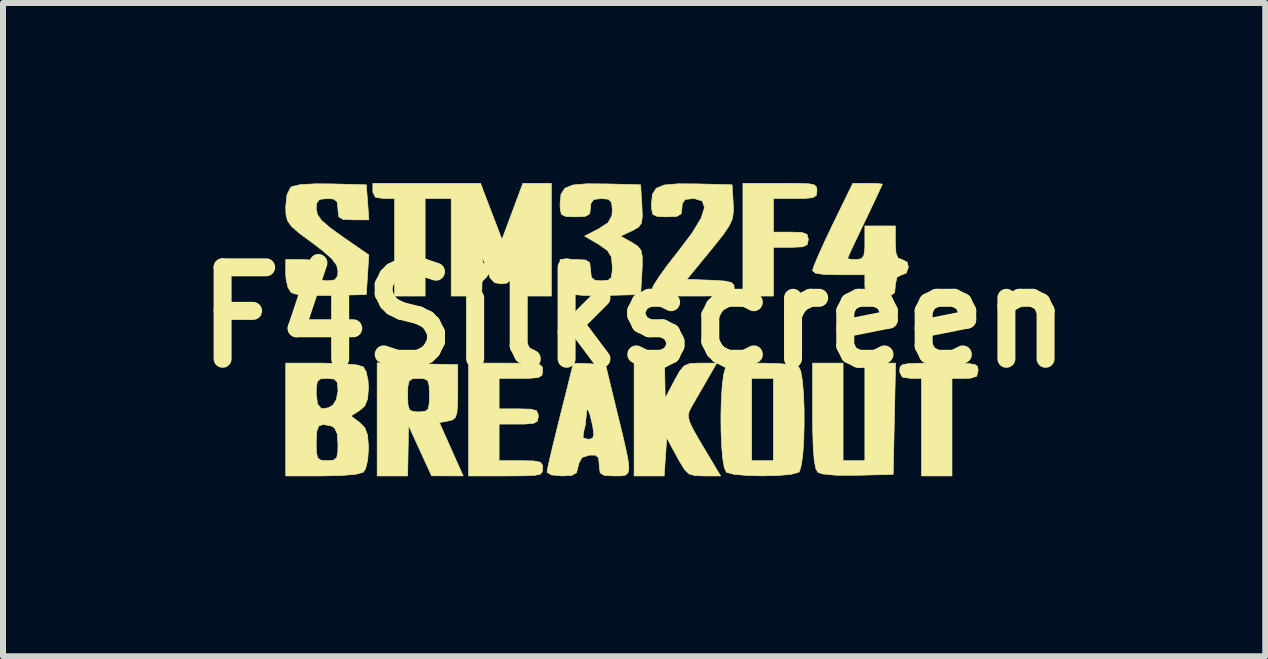
<source format=kicad_pcb>
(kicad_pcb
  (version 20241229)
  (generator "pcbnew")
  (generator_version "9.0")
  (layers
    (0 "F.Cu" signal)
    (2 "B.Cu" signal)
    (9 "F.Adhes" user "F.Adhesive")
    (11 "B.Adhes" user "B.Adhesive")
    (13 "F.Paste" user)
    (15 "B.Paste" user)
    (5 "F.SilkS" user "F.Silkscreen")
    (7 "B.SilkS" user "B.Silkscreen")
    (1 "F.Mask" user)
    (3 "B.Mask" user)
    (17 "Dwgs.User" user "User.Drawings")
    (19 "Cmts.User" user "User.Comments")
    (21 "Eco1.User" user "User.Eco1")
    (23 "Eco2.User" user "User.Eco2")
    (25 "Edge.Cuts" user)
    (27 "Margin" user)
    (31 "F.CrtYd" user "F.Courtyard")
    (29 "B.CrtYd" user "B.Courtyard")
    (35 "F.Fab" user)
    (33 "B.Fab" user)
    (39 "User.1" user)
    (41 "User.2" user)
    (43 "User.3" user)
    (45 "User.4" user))
  (footprint "F4Silkscreen"
    (layer "F.Cu")
    (at 7.518 2.24)
    (property "Reference" "F4Silkscreen" (at 0 0 0) (layer "F.SilkS") (effects (font (size 1.524 1.524) (thickness 0.3))))
    (attr through_hole)
    (fp_poly (pts (xy 3.483 2.388) (xy 3.846 2.388) (xy 3.846 0.762) (xy 4.358 0.762) (xy 4.318 2.616) (xy 3.736 2.631) (xy 3.369 2.631) (xy 3.142 2.609) (xy 3.065 2.583) (xy 3.029 2.521) (xy 3.003 2.389) (xy 2.986 2.179) (xy 2.977 1.881) (xy 2.975 1.641) (xy 2.975 0.762) (xy 3.483 0.762) (xy 3.483 2.388)) (stroke (width 0.01) (type solid)) (fill yes) (layer "F.SilkS"))
    (fp_poly (pts (xy 5.389 0.763) (xy 5.581 0.77) (xy 5.684 0.787) (xy 5.725 0.822) (xy 5.733 0.878) (xy 5.733 0.889) (xy 5.71 0.98) (xy 5.61 1.013) (xy 5.515 1.016) (xy 5.298 1.016) (xy 5.298 2.642) (xy 4.79 2.642) (xy 4.79 1.016) (xy 4.608 1.016) (xy 4.47 0.995) (xy 4.428 0.912) (xy 4.427 0.889) (xy 4.432 0.829) (xy 4.466 0.792) (xy 4.557 0.772) (xy 4.734 0.764) (xy 5.022 0.762) (xy 5.08 0.762) (xy 5.389 0.763)) (stroke (width 0.01) (type solid)) (fill yes) (layer "F.SilkS"))
    (fp_poly (pts (xy 2.73 -2.234) (xy 2.912 -2.227) (xy 3.007 -2.207) (xy 3.042 -2.169) (xy 3.048 -2.108) (xy 3.036 -2.033) (xy 2.976 -1.995) (xy 2.831 -1.982) (xy 2.685 -1.981) (xy 2.322 -1.981) (xy 2.322 -1.422) (xy 2.613 -1.422) (xy 2.8 -1.415) (xy 2.883 -1.383) (xy 2.903 -1.306) (xy 2.903 -1.295) (xy 2.887 -1.214) (xy 2.812 -1.177) (xy 2.638 -1.168) (xy 2.613 -1.168) (xy 2.322 -1.168) (xy 2.322 -0.356) (xy 1.814 -0.356) (xy 1.814 -2.235) (xy 2.431 -2.235) (xy 2.73 -2.234)) (stroke (width 0.01) (type solid)) (fill yes) (layer "F.SilkS"))
    (fp_poly (pts (xy -2.381 -1.767) (xy -2.202 -1.299) (xy -1.854 -2.235) (xy -1.379 -2.235) (xy -1.379 -0.356) (xy -1.887 -0.356) (xy -1.896 -0.673) (xy -1.904 -0.991) (xy -1.978 -0.775) (xy -2.042 -0.634) (xy -2.122 -0.571) (xy -2.213 -0.559) (xy -2.325 -0.579) (xy -2.399 -0.657) (xy -2.448 -0.775) (xy -2.523 -0.991) (xy -2.54 -0.356) (xy -3.048 -0.356) (xy -3.048 -1.981) (xy -3.483 -1.981) (xy -3.483 -0.356) (xy -3.991 -0.356) (xy -3.991 -1.981) (xy -4.173 -1.981) (xy -4.311 -2.002) (xy -4.354 -2.085) (xy -4.354 -2.108) (xy -4.354 -2.235) (xy -3.457 -2.235) (xy -2.56 -2.235) (xy -2.381 -1.767)) (stroke (width 0.01) (type solid)) (fill yes) (layer "F.SilkS"))
    (fp_poly (pts (xy 0.513 1.054) (xy 0.518 1.346) (xy 0.672 1.054) (xy 0.762 0.893) (xy 0.836 0.806) (xy 0.927 0.77) (xy 1.069 0.762) (xy 1.102 0.762) (xy 1.377 0.762) (xy 1.223 1.029) (xy 1.114 1.218) (xy 1.008 1.402) (xy 0.963 1.479) (xy 0.918 1.565) (xy 0.903 1.643) (xy 0.922 1.736) (xy 0.984 1.867) (xy 1.094 2.059) (xy 1.149 2.152) (xy 1.442 2.642) (xy 1.165 2.642) (xy 1.016 2.637) (xy 0.918 2.61) (xy 0.843 2.539) (xy 0.759 2.403) (xy 0.716 2.324) (xy 0.544 2.007) (xy 0.501 2.642) (xy 0 2.642) (xy 0 0.762) (xy 0.508 0.762) (xy 0.513 1.054)) (stroke (width 0.01) (type solid)) (fill yes) (layer "F.SilkS"))
    (fp_poly (pts (xy -1.842 0.763) (xy -1.66 0.771) (xy -1.565 0.79) (xy -1.53 0.828) (xy -1.524 0.889) (xy -1.536 0.964) (xy -1.596 1.002) (xy -1.741 1.015) (xy -1.887 1.016) (xy -2.25 1.016) (xy -2.25 1.524) (xy -1.923 1.524) (xy -1.722 1.529) (xy -1.626 1.555) (xy -1.598 1.617) (xy -1.597 1.651) (xy -1.61 1.729) (xy -1.677 1.766) (xy -1.835 1.778) (xy -1.923 1.778) (xy -2.25 1.778) (xy -2.25 2.388) (xy -1.887 2.388) (xy -1.672 2.392) (xy -1.564 2.413) (xy -1.527 2.464) (xy -1.524 2.515) (xy -1.53 2.576) (xy -1.566 2.614) (xy -1.661 2.633) (xy -1.845 2.64) (xy -2.141 2.642) (xy -2.758 2.642) (xy -2.758 0.762) (xy -2.141 0.762) (xy -1.842 0.763)) (stroke (width 0.01) (type solid)) (fill yes) (layer "F.SilkS"))
    (fp_poly (pts (xy -3.61 0.773) (xy -2.939 0.787) (xy -2.939 1.242) (xy -2.942 1.46) (xy -2.954 1.597) (xy -2.983 1.673) (xy -3.034 1.71) (xy -3.092 1.725) (xy -3.245 1.753) (xy -2.848 2.642) (xy -3.111 2.641) (xy -3.375 2.64) (xy -3.567 2.222) (xy -3.759 1.803) (xy -3.774 2.642) (xy -4.282 2.642) (xy -4.282 1.295) (xy -3.774 1.295) (xy -3.769 1.455) (xy -3.744 1.539) (xy -3.683 1.57) (xy -3.592 1.575) (xy -3.488 1.568) (xy -3.434 1.529) (xy -3.414 1.435) (xy -3.411 1.295) (xy -3.416 1.135) (xy -3.44 1.052) (xy -3.502 1.021) (xy -3.592 1.016) (xy -3.696 1.023) (xy -3.75 1.062) (xy -3.771 1.156) (xy -3.774 1.295) (xy -4.282 1.295) (xy -4.282 0.758) (xy -3.61 0.773)) (stroke (width 0.01) (type solid)) (fill yes) (layer "F.SilkS"))
    (fp_poly (pts (xy 2.434 0.771) (xy 2.649 0.794) (xy 2.743 0.823) (xy 2.778 0.897) (xy 2.804 1.052) (xy 2.823 1.264) (xy 2.833 1.514) (xy 2.834 1.778) (xy 2.828 2.037) (xy 2.813 2.268) (xy 2.79 2.449) (xy 2.759 2.56) (xy 2.743 2.581) (xy 2.621 2.614) (xy 2.404 2.635) (xy 2.138 2.641) (xy 1.874 2.634) (xy 1.657 2.614) (xy 1.539 2.581) (xy 1.504 2.506) (xy 1.477 2.352) (xy 1.459 2.139) (xy 1.449 1.89) (xy 1.447 1.625) (xy 1.454 1.367) (xy 1.469 1.136) (xy 1.484 1.016) (xy 1.959 1.016) (xy 1.959 2.388) (xy 2.322 2.388) (xy 2.322 1.016) (xy 1.959 1.016) (xy 1.484 1.016) (xy 1.492 0.954) (xy 1.523 0.843) (xy 1.539 0.823) (xy 1.659 0.79) (xy 1.888 0.768) (xy 2.141 0.762) (xy 2.434 0.771)) (stroke (width 0.01) (type solid)) (fill yes) (layer "F.SilkS"))
    (fp_poly (pts (xy 1.064 -2.225) (xy 1.633 -2.21) (xy 1.652 -1.905) (xy 1.656 -1.764) (xy 1.639 -1.648) (xy 1.588 -1.532) (xy 1.492 -1.389) (xy 1.337 -1.193) (xy 1.276 -1.118) (xy 0.88 -0.635) (xy 1.275 -0.62) (xy 1.502 -0.607) (xy 1.62 -0.583) (xy 1.664 -0.536) (xy 1.669 -0.48) (xy 1.664 -0.422) (xy 1.63 -0.386) (xy 1.541 -0.366) (xy 1.369 -0.358) (xy 1.086 -0.356) (xy 0.98 -0.356) (xy 0.659 -0.357) (xy 0.456 -0.365) (xy 0.345 -0.382) (xy 0.299 -0.413) (xy 0.29 -0.453) (xy 0.325 -0.534) (xy 0.419 -0.681) (xy 0.558 -0.874) (xy 0.726 -1.088) (xy 0.969 -1.409) (xy 1.118 -1.657) (xy 1.174 -1.832) (xy 1.136 -1.94) (xy 1.005 -1.981) (xy 0.98 -1.981) (xy 0.85 -1.965) (xy 0.803 -1.895) (xy 0.798 -1.829) (xy 0.784 -1.726) (xy 0.712 -1.684) (xy 0.544 -1.676) (xy 0.387 -1.682) (xy 0.313 -1.716) (xy 0.292 -1.807) (xy 0.29 -1.899) (xy 0.306 -2.053) (xy 0.369 -2.152) (xy 0.503 -2.207) (xy 0.734 -2.227) (xy 1.064 -2.225)) (stroke (width 0.01) (type solid)) (fill yes) (layer "F.SilkS"))
    (fp_poly (pts (xy 4.056 -2.231) (xy 4.135 -2.222) (xy 4.137 -2.22) (xy 4.115 -2.169) (xy 4.055 -2.041) (xy 3.967 -1.853) (xy 3.859 -1.626) (xy 3.846 -1.6) (xy 3.736 -1.37) (xy 3.645 -1.178) (xy 3.583 -1.042) (xy 3.556 -0.981) (xy 3.556 -0.98) (xy 3.617 -0.968) (xy 3.701 -0.965) (xy 3.785 -0.977) (xy 3.829 -1.03) (xy 3.845 -1.147) (xy 3.846 -1.245) (xy 3.846 -1.524) (xy 4.354 -1.524) (xy 4.354 -1.245) (xy 4.364 -1.076) (xy 4.398 -0.989) (xy 4.463 -0.965) (xy 4.551 -0.921) (xy 4.572 -0.838) (xy 4.534 -0.736) (xy 4.463 -0.711) (xy 4.383 -0.673) (xy 4.354 -0.55) (xy 4.354 -0.533) (xy 4.343 -0.414) (xy 4.28 -0.365) (xy 4.12 -0.356) (xy 4.1 -0.356) (xy 3.93 -0.363) (xy 3.86 -0.408) (xy 3.846 -0.52) (xy 3.846 -0.533) (xy 3.846 -0.711) (xy 3.411 -0.711) (xy 3.156 -0.717) (xy 3.02 -0.739) (xy 2.976 -0.78) (xy 2.975 -0.786) (xy 2.998 -0.859) (xy 3.06 -1.008) (xy 3.152 -1.214) (xy 3.267 -1.458) (xy 3.31 -1.548) (xy 3.645 -2.235) (xy 3.891 -2.235) (xy 4.056 -2.231)) (stroke (width 0.01) (type solid)) (fill yes) (layer "F.SilkS"))
    (fp_poly (pts (xy -5.032 -2.225) (xy -4.463 -2.21) (xy -4.441 -1.918) (xy -4.42 -1.626) (xy -4.677 -1.626) (xy -4.849 -1.633) (xy -4.92 -1.676) (xy -4.935 -1.785) (xy -4.935 -1.803) (xy -4.948 -1.924) (xy -5.009 -1.973) (xy -5.116 -1.981) (xy -5.242 -1.967) (xy -5.291 -1.903) (xy -5.298 -1.815) (xy -5.278 -1.715) (xy -5.207 -1.615) (xy -5.063 -1.491) (xy -4.86 -1.345) (xy -4.421 -1.041) (xy -4.442 -0.711) (xy -4.463 -0.381) (xy -5.045 -0.366) (xy -5.412 -0.366) (xy -5.64 -0.388) (xy -5.716 -0.415) (xy -5.769 -0.5) (xy -5.801 -0.645) (xy -5.806 -0.721) (xy -5.806 -0.965) (xy -5.552 -0.965) (xy -5.381 -0.957) (xy -5.312 -0.913) (xy -5.298 -0.801) (xy -5.298 -0.787) (xy -5.284 -0.667) (xy -5.223 -0.618) (xy -5.116 -0.61) (xy -4.989 -0.625) (xy -4.941 -0.691) (xy -4.935 -0.77) (xy -4.958 -0.871) (xy -5.039 -0.98) (xy -5.197 -1.118) (xy -5.37 -1.249) (xy -5.581 -1.405) (xy -5.709 -1.517) (xy -5.776 -1.611) (xy -5.802 -1.714) (xy -5.806 -1.844) (xy -5.785 -2.043) (xy -5.726 -2.163) (xy -5.704 -2.18) (xy -5.567 -2.212) (xy -5.308 -2.227) (xy -5.032 -2.225)) (stroke (width 0.01) (type solid)) (fill yes) (layer "F.SilkS"))
    (fp_poly (pts (xy -0.794 0.769) (xy -0.746 0.772) (xy -0.476 0.787) (xy -0.279 1.6) (xy -0.194 1.948) (xy -0.134 2.209) (xy -0.098 2.394) (xy -0.087 2.517) (xy -0.102 2.591) (xy -0.143 2.628) (xy -0.211 2.641) (xy -0.306 2.642) (xy -0.327 2.642) (xy -0.496 2.634) (xy -0.566 2.591) (xy -0.581 2.481) (xy -0.581 2.46) (xy -0.592 2.34) (xy -0.645 2.295) (xy -0.744 2.295) (xy -0.867 2.334) (xy -0.923 2.437) (xy -0.93 2.477) (xy -0.96 2.588) (xy -1.041 2.634) (xy -1.202 2.642) (xy -1.381 2.625) (xy -1.451 2.58) (xy -1.451 2.578) (xy -1.439 2.509) (xy -1.406 2.358) (xy -1.355 2.142) (xy -1.322 2.007) (xy -0.851 2.007) (xy -0.766 2.032) (xy -0.695 2.018) (xy -0.671 1.958) (xy -0.687 1.829) (xy -0.694 1.791) (xy -0.736 1.619) (xy -0.769 1.538) (xy -0.791 1.551) (xy -0.799 1.655) (xy -0.816 1.809) (xy -0.844 1.918) (xy -0.851 2.007) (xy -1.322 2.007) (xy -1.291 1.88) (xy -1.234 1.651) (xy -1.163 1.368) (xy -1.101 1.122) (xy -1.054 0.93) (xy -1.024 0.808) (xy -1.016 0.772) (xy -0.952 0.765) (xy -0.794 0.769)) (stroke (width 0.01) (type solid)) (fill yes) (layer "F.SilkS"))
    (fp_poly (pts (xy -4.867 0.77) (xy -4.628 0.791) (xy -4.514 0.823) (xy -4.466 0.905) (xy -4.434 1.051) (xy -4.427 1.171) (xy -4.441 1.358) (xy -4.49 1.477) (xy -4.573 1.55) (xy -4.719 1.643) (xy -4.573 1.752) (xy -4.487 1.84) (xy -4.442 1.963) (xy -4.427 2.15) (xy -4.427 2.19) (xy -4.44 2.379) (xy -4.475 2.521) (xy -4.514 2.581) (xy -4.637 2.614) (xy -4.88 2.635) (xy -5.203 2.642) (xy -5.806 2.642) (xy -5.806 2.083) (xy -5.298 2.083) (xy -5.294 2.252) (xy -5.273 2.343) (xy -5.221 2.38) (xy -5.123 2.388) (xy -5.116 2.388) (xy -5.012 2.38) (xy -4.958 2.341) (xy -4.938 2.245) (xy -4.935 2.114) (xy -4.948 1.937) (xy -4.993 1.84) (xy -5.05 1.809) (xy -5.181 1.784) (xy -5.256 1.81) (xy -5.29 1.903) (xy -5.298 2.08) (xy -5.298 2.083) (xy -5.806 2.083) (xy -5.806 1.27) (xy -5.298 1.27) (xy -5.275 1.445) (xy -5.208 1.523) (xy -5.095 1.506) (xy -5.022 1.463) (xy -4.965 1.375) (xy -4.936 1.236) (xy -4.935 1.209) (xy -4.946 1.082) (xy -4.998 1.028) (xy -5.116 1.016) (xy -5.224 1.024) (xy -5.278 1.066) (xy -5.296 1.168) (xy -5.298 1.27) (xy -5.806 1.27) (xy -5.806 0.762) (xy -5.203 0.762) (xy -4.867 0.77)) (stroke (width 0.01) (type solid)) (fill yes) (layer "F.SilkS"))
    (fp_poly (pts (xy -0.46 -2.225) (xy 0.109 -2.21) (xy 0.13 -1.87) (xy 0.137 -1.685) (xy 0.123 -1.573) (xy 0.074 -1.505) (xy -0.019 -1.451) (xy -0.038 -1.442) (xy -0.227 -1.355) (xy -0.037 -1.249) (xy 0.06 -1.188) (xy 0.114 -1.12) (xy 0.136 -1.019) (xy 0.136 -0.856) (xy 0.131 -0.762) (xy 0.109 -0.381) (xy -0.473 -0.366) (xy -0.84 -0.366) (xy -1.068 -0.388) (xy -1.144 -0.415) (xy -1.197 -0.5) (xy -1.229 -0.645) (xy -1.234 -0.721) (xy -1.234 -0.965) (xy -0.98 -0.965) (xy -0.809 -0.957) (xy -0.74 -0.913) (xy -0.726 -0.801) (xy -0.726 -0.787) (xy -0.712 -0.667) (xy -0.651 -0.618) (xy -0.544 -0.61) (xy -0.434 -0.619) (xy -0.381 -0.663) (xy -0.364 -0.771) (xy -0.363 -0.847) (xy -0.378 -1.008) (xy -0.444 -1.115) (xy -0.588 -1.217) (xy -0.594 -1.22) (xy -0.825 -1.355) (xy -0.594 -1.474) (xy -0.433 -1.579) (xy -0.37 -1.696) (xy -0.363 -1.788) (xy -0.374 -1.915) (xy -0.425 -1.969) (xy -0.544 -1.981) (xy -0.674 -1.965) (xy -0.721 -1.895) (xy -0.726 -1.829) (xy -0.74 -1.726) (xy -0.812 -1.684) (xy -0.98 -1.676) (xy -1.137 -1.682) (xy -1.211 -1.716) (xy -1.232 -1.807) (xy -1.234 -1.899) (xy -1.218 -2.053) (xy -1.155 -2.152) (xy -1.021 -2.207) (xy -0.79 -2.227) (xy -0.46 -2.225)) (stroke (width 0.01) (type solid)) (fill yes) (layer "F.SilkS")))
  (gr_rect
    (start -3 -3)
    (end 18.037 7.887)
    (stroke (width 0.1) (type default))
    (fill no)
    (layer "Edge.Cuts")))
</source>
